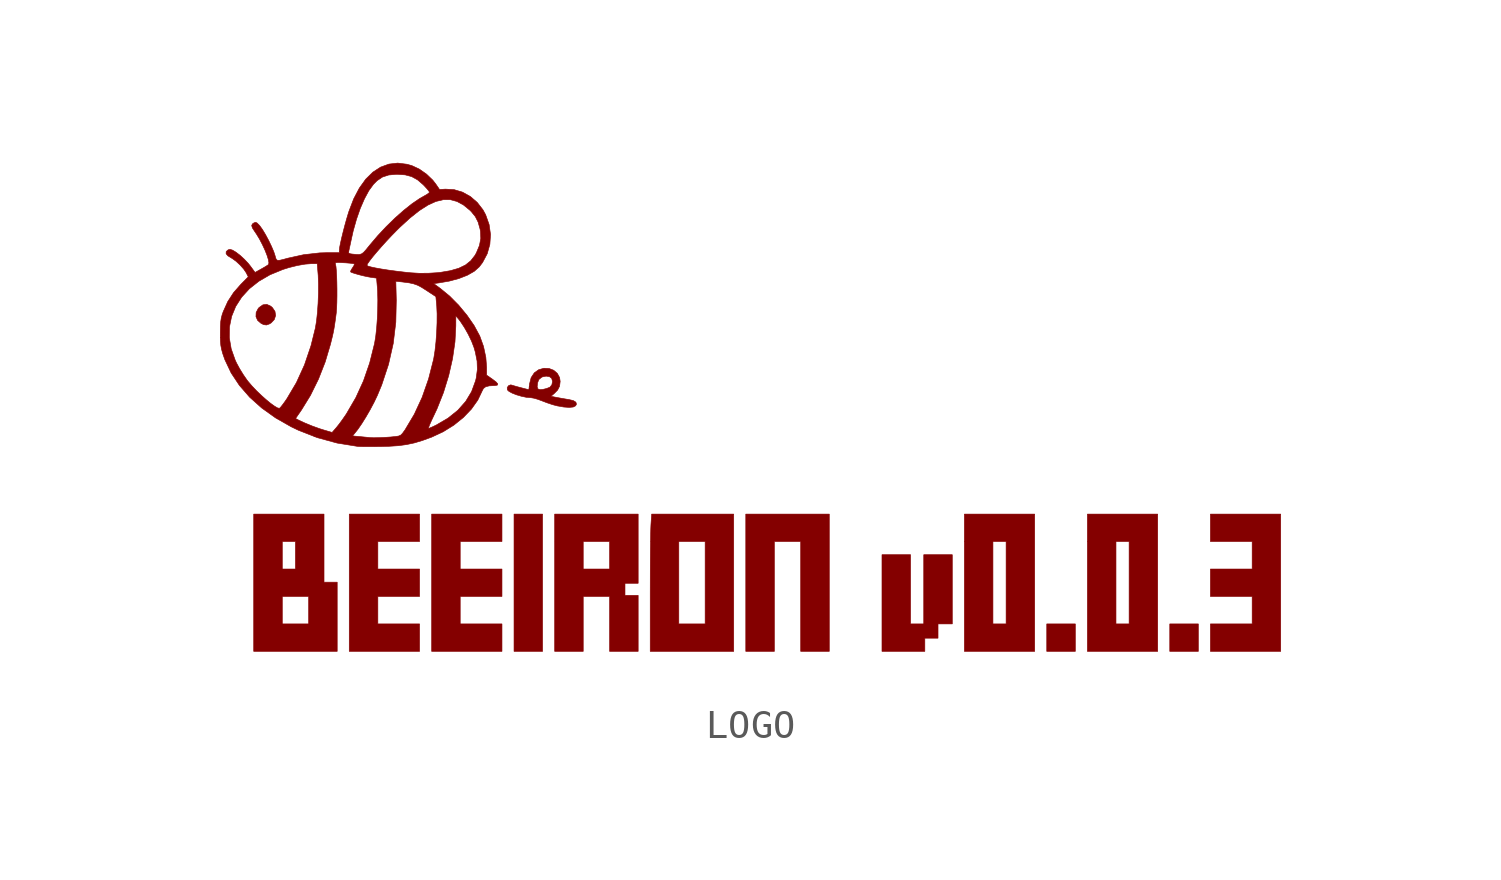
<source format=kicad_sym>
(kicad_symbol_lib
  (version 20210619)
  (generator bitmap2component)
  (symbol "LOGO"
    (pin_names
      (offset 1.016))
    (property "Reference" "#G"
      (at 0 24.38 0)
      (effects (font (size 1.27 1.27)) hide))
    (symbol "LOGO_0_0"
      (polyline (pts (xy -12.238 -11.469) (xy -12.7 -11.469) (xy -12.7 -9.082) (xy -15.163 -9.082) (xy -15.163 -10.044) (xy -14.162 -10.044) (xy -13.701 -10.044) (xy -13.701 -11.007) (xy -14.162 -11.007) (xy -14.162 -10.044) (xy -15.163 -10.044) (xy -15.163 -11.969) (xy -14.162 -11.969) (xy -13.239 -11.969) (xy -13.239 -12.931) (xy -14.162 -12.931) (xy -14.162 -11.969) (xy -15.163 -11.969) (xy -15.163 -13.893) (xy -12.238 -13.893) (xy -12.238 -11.469)) (stroke (width 0.01)) (fill (type outline)))
      (polyline (pts (xy -9.352 -12.931) (xy -10.814 -12.931) (xy -10.814 -11.969) (xy -9.352 -11.969) (xy -9.352 -11.007) (xy -10.814 -11.007) (xy -10.814 -10.044) (xy -9.352 -10.044) (xy -9.352 -9.082) (xy -11.815 -9.082) (xy -11.815 -13.893) (xy -9.352 -13.893) (xy -9.352 -12.931)) (stroke (width 0.01)) (fill (type outline)))
      (polyline (pts (xy -6.465 -12.931) (xy -7.928 -12.931) (xy -7.928 -11.969) (xy -6.465 -11.969) (xy -6.465 -11.007) (xy -7.928 -11.007) (xy -7.928 -10.044) (xy -6.465 -10.044) (xy -6.465 -9.082) (xy -8.928 -9.082) (xy -8.928 -13.893) (xy -6.465 -13.893) (xy -6.465 -12.931)) (stroke (width 0.01)) (fill (type outline)))
      (polyline (pts (xy -5.042 -9.082) (xy -6.042 -9.082) (xy -6.042 -13.893) (xy -5.042 -13.893) (xy -5.042 -9.082)) (stroke (width 0.01)) (fill (type outline)))
      (polyline (pts (xy -3.618 -11.969) (xy -2.694 -11.969) (xy -2.694 -13.893) (xy -1.693 -13.893) (xy -1.693 -11.93) (xy -2.155 -11.93) (xy -2.155 -11.507) (xy -1.693 -11.507) (xy -1.693 -9.082) (xy -4.618 -9.082) (xy -4.618 -10.044) (xy -3.618 -10.044) (xy -2.694 -10.044) (xy -2.694 -11.007) (xy -3.618 -11.007) (xy -3.618 -10.044) (xy -4.618 -10.044) (xy -4.618 -13.893) (xy -3.618 -13.893) (xy -3.618 -11.969)) (stroke (width 0.01)) (fill (type outline)))
      (polyline (pts (xy 1.655 -9.082) (xy -1.22 -9.082) (xy -1.245 -9.458) (xy -1.246 -9.48) (xy -1.251 -9.611) (xy -1.255 -9.807) (xy -1.259 -10.044) (xy -0.269 -10.044) (xy 0.654 -10.044) (xy 0.654 -12.931) (xy -0.269 -12.931) (xy -0.269 -10.044) (xy -1.259 -10.044) (xy -1.259 -10.06) (xy -1.263 -10.361) (xy -1.266 -10.701) (xy -1.268 -11.07) (xy -1.269 -11.461) (xy -1.27 -11.863) (xy -1.27 -13.893) (xy 1.655 -13.893) (xy 1.655 -9.082)) (stroke (width 0.01)) (fill (type outline)))
      (polyline (pts (xy 3.079 -10.044) (xy 4.002 -10.044) (xy 4.002 -13.893) (xy 5.003 -13.893) (xy 5.003 -9.082) (xy 2.078 -9.082) (xy 2.078 -13.893) (xy 3.079 -13.893) (xy 3.079 -10.044)) (stroke (width 0.01)) (fill (type outline)))
      (polyline (pts (xy 8.351 -13.431) (xy 8.813 -13.431) (xy 8.813 -12.931) (xy 9.313 -12.931) (xy 9.313 -10.506) (xy 8.313 -10.506) (xy 8.313 -12.931) (xy 7.851 -12.931) (xy 7.851 -10.506) (xy 6.85 -10.506) (xy 6.85 -13.893) (xy 8.351 -13.893) (xy 8.351 -13.431)) (stroke (width 0.01)) (fill (type outline)))
      (polyline (pts (xy 12.2 -9.082) (xy 9.737 -9.082) (xy 9.737 -10.044) (xy 10.737 -10.044) (xy 11.199 -10.044) (xy 11.199 -12.931) (xy 10.737 -12.931) (xy 10.737 -10.044) (xy 9.737 -10.044) (xy 9.737 -13.893) (xy 12.2 -13.893) (xy 12.2 -9.082)) (stroke (width 0.01)) (fill (type outline)))
      (polyline (pts (xy 13.624 -12.931) (xy 12.623 -12.931) (xy 12.623 -13.893) (xy 13.624 -13.893) (xy 13.624 -12.931)) (stroke (width 0.01)) (fill (type outline)))
      (polyline (pts (xy 16.51 -9.082) (xy 14.047 -9.082) (xy 14.047 -10.044) (xy 15.048 -10.044) (xy 15.509 -10.044) (xy 15.509 -12.931) (xy 15.048 -12.931) (xy 15.048 -10.044) (xy 14.047 -10.044) (xy 14.047 -13.893) (xy 16.51 -13.893) (xy 16.51 -9.082)) (stroke (width 0.01)) (fill (type outline)))
      (polyline (pts (xy 17.934 -12.931) (xy 16.933 -12.931) (xy 16.933 -13.893) (xy 17.934 -13.893) (xy 17.934 -12.931)) (stroke (width 0.01)) (fill (type outline)))
      (polyline (pts (xy 20.82 -9.082) (xy 18.357 -9.082) (xy 18.357 -10.044) (xy 19.82 -10.044) (xy 19.82 -11.007) (xy 18.357 -11.007) (xy 18.357 -11.969) (xy 19.82 -11.969) (xy 19.82 -12.931) (xy 18.357 -12.931) (xy 18.357 -13.893) (xy 20.82 -13.893) (xy 20.82 -9.082)) (stroke (width 0.01)) (fill (type outline)))
      (polyline (pts (xy -10.915 -6.718) (xy -10.68 -6.715) (xy -10.417 -6.707) (xy -10.093 -6.686) (xy -9.807 -6.647) (xy -9.535 -6.589) (xy -9.255 -6.505) (xy -8.944 -6.392) (xy -8.932 -6.388) (xy -8.526 -6.199) (xy -8.152 -5.967) (xy -7.819 -5.699) (xy -7.536 -5.404) (xy -7.312 -5.089) (xy -7.157 -4.763) (xy -7.114 -4.682) (xy -7.036 -4.622) (xy -6.912 -4.59) (xy -6.728 -4.58) (xy -6.71 -4.58) (xy -6.627 -4.564) (xy -6.612 -4.524) (xy -6.667 -4.457) (xy -6.792 -4.361) (xy -7.003 -4.214) (xy -7.004 -3.933) (xy -7.03 -3.592) (xy -7.111 -3.21) (xy -7.24 -2.852) (xy -7.249 -2.832) (xy -7.442 -2.475) (xy -7.692 -2.114) (xy -7.982 -1.764) (xy -8.297 -1.446) (xy -8.623 -1.178) (xy -8.859 -1.006) (xy -8.672 -0.982) (xy -8.316 -0.921) (xy -7.972 -0.829) (xy -7.676 -0.713) (xy -7.437 -0.577) (xy -7.264 -0.424) (xy -7.145 -0.268) (xy -6.982 0.039) (xy -6.889 0.369) (xy -6.866 0.713) (xy -6.915 1.061) (xy -7.037 1.405) (xy -7.131 1.578) (xy -7.331 1.836) (xy -7.573 2.045) (xy -7.847 2.197) (xy -8.141 2.285) (xy -8.446 2.303) (xy -8.652 2.29) (xy -8.784 2.482) (xy -8.89 2.618) (xy -9.11 2.829) (xy -9.361 3.005) (xy -9.618 3.125) (xy -9.793 3.175) (xy -10.117 3.215) (xy -10.426 3.18) (xy -10.717 3.074) (xy -10.989 2.897) (xy -11.238 2.652) (xy -11.462 2.339) (xy -11.66 1.962) (xy -11.829 1.52) (xy -11.847 1.463) (xy -11.907 1.263) (xy -11.968 1.043) (xy -12.027 0.818) (xy -12.08 0.603) (xy -12.122 0.416) (xy -12.151 0.27) (xy -12.161 0.183) (xy -12.161 0.108) (xy -11.838 0.108) (xy -11.828 0.148) (xy -11.805 0.254) (xy -11.773 0.403) (xy -11.736 0.576) (xy -11.677 0.84) (xy -11.562 1.248) (xy -11.43 1.627) (xy -11.283 1.965) (xy -11.129 2.25) (xy -10.97 2.469) (xy -10.843 2.598) (xy -10.653 2.726) (xy -10.434 2.798) (xy -10.167 2.822) (xy -10.133 2.822) (xy -9.857 2.803) (xy -9.628 2.742) (xy -9.425 2.63) (xy -9.227 2.46) (xy -9.196 2.429) (xy -9.099 2.324) (xy -9.031 2.242) (xy -9.005 2.197) (xy -9.02 2.174) (xy -9.087 2.122) (xy -9.19 2.063) (xy -9.349 1.973) (xy -9.618 1.789) (xy -9.91 1.557) (xy -10.216 1.286) (xy -10.524 0.985) (xy -10.823 0.665) (xy -11.103 0.335) (xy -11.122 0.311) (xy -11.235 0.172) (xy -11.318 0.082) (xy -11.389 0.032) (xy -11.466 0.012) (xy -11.568 0.014) (xy -11.711 0.028) (xy -11.779 0.038) (xy -11.834 0.063) (xy -11.838 0.108) (xy -12.161 0.108) (xy -12.161 0.077) (xy -12.575 0.077) (xy -12.851 0.069) (xy -13.415 0.005) (xy -13.97 -0.117) (xy -14.129 -0.161) (xy -14.25 -0.189) (xy -14.324 -0.193) (xy -14.366 -0.169) (xy -14.392 -0.114) (xy -14.416 -0.025) (xy -14.461 0.112) (xy -14.542 0.301) (xy -14.642 0.509) (xy -14.751 0.712) (xy -14.857 0.888) (xy -14.948 1.015) (xy -14.984 1.056) (xy -15.051 1.121) (xy -15.102 1.139) (xy -15.157 1.119) (xy -15.21 1.082) (xy -15.234 1.024) (xy -15.207 0.941) (xy -15.127 0.818) (xy -15.066 0.728) (xy -14.958 0.55) (xy -14.858 0.358) (xy -14.769 0.166) (xy -14.698 -0.013) (xy -14.65 -0.166) (xy -14.631 -0.28) (xy -14.646 -0.341) (xy -14.688 -0.37) (xy -14.78 -0.427) (xy -14.899 -0.495) (xy -15.116 -0.616) (xy -15.278 -0.395) (xy -15.357 -0.296) (xy -15.492 -0.153) (xy -15.637 -0.02) (xy -15.78 0.09) (xy -15.903 0.165) (xy -15.992 0.192) (xy -16.057 0.177) (xy -16.123 0.12) (xy -16.128 0.11) (xy -16.13 0.038) (xy -16.068 -0.034) (xy -15.937 -0.115) (xy -15.911 -0.13) (xy -15.779 -0.227) (xy -15.638 -0.358) (xy -15.513 -0.499) (xy -15.428 -0.624) (xy -15.354 -0.77) (xy -15.614 -1.033) (xy -15.867 -1.321) (xy -16.071 -1.635) (xy -16.232 -1.992) (xy -16.267 -2.09) (xy -16.299 -2.21) (xy -16.319 -2.338) (xy -16.329 -2.499) (xy -16.333 -2.713) (xy -16.334 -2.827) (xy -16.332 -2.904) (xy -16.018 -2.904) (xy -16.012 -2.522) (xy -15.937 -2.155) (xy -15.794 -1.807) (xy -15.586 -1.483) (xy -15.315 -1.187) (xy -14.982 -0.924) (xy -14.591 -0.697) (xy -14.143 -0.513) (xy -13.923 -0.444) (xy -13.631 -0.372) (xy -13.361 -0.325) (xy -13.136 -0.308) (xy -12.938 -0.308) (xy -12.911 -0.635) (xy -12.904 -0.722) (xy -12.894 -1.021) (xy -12.895 -1.352) (xy -12.908 -1.694) (xy -12.931 -2.024) (xy -12.963 -2.322) (xy -13.003 -2.565) (xy -13.156 -3.182) (xy -13.385 -3.857) (xy -13.667 -4.476) (xy -14.001 -5.04) (xy -14.066 -5.135) (xy -14.155 -5.256) (xy -14.224 -5.342) (xy -14.261 -5.377) (xy -14.326 -5.364) (xy -14.433 -5.302) (xy -14.572 -5.202) (xy -14.73 -5.072) (xy -14.899 -4.921) (xy -15.068 -4.759) (xy -15.225 -4.593) (xy -15.361 -4.434) (xy -15.402 -4.381) (xy -15.529 -4.197) (xy -15.656 -3.991) (xy -15.761 -3.797) (xy -15.81 -3.694) (xy -15.951 -3.296) (xy -16.018 -2.904) (xy -16.332 -2.904) (xy -16.329 -3.022) (xy -16.315 -3.177) (xy -16.288 -3.316) (xy -16.247 -3.464) (xy -16.173 -3.674) (xy -15.954 -4.137) (xy -15.664 -4.574) (xy -15.307 -4.985) (xy -14.884 -5.364) (xy -14.399 -5.711) (xy -14.358 -5.734) (xy -13.697 -5.734) (xy -13.49 -5.435) (xy -13.175 -4.923) (xy -12.895 -4.356) (xy -12.659 -3.754) (xy -12.475 -3.136) (xy -12.452 -3.044) (xy -12.409 -2.87) (xy -12.377 -2.728) (xy -12.352 -2.599) (xy -12.329 -2.458) (xy -12.304 -2.286) (xy -12.274 -2.059) (xy -12.27 -2.027) (xy -12.258 -1.868) (xy -12.25 -1.667) (xy -12.246 -1.439) (xy -12.246 -1.198) (xy -12.25 -0.961) (xy -12.257 -0.74) (xy -12.268 -0.552) (xy -12.281 -0.411) (xy -12.297 -0.332) (xy -12.307 -0.302) (xy -12.297 -0.28) (xy -12.25 -0.269) (xy -12.154 -0.269) (xy -11.995 -0.277) (xy -11.932 -0.28) (xy -11.79 -0.292) (xy -11.685 -0.305) (xy -11.639 -0.317) (xy -11.636 -0.324) (xy -11.649 -0.367) (xy -11.198 -0.367) (xy -11.174 -0.312) (xy -11.103 -0.21) (xy -10.995 -0.071) (xy -10.856 0.095) (xy -10.696 0.279) (xy -10.521 0.473) (xy -10.341 0.665) (xy -10.162 0.848) (xy -10.044 0.965) (xy -9.688 1.291) (xy -9.362 1.55) (xy -9.061 1.743) (xy -8.783 1.87) (xy -8.522 1.933) (xy -8.277 1.933) (xy -8.041 1.871) (xy -7.813 1.747) (xy -7.588 1.563) (xy -7.543 1.518) (xy -7.399 1.342) (xy -7.3 1.146) (xy -7.232 0.902) (xy -7.218 0.825) (xy -7.207 0.575) (xy -7.253 0.331) (xy -7.362 0.069) (xy -7.413 -0.021) (xy -7.558 -0.207) (xy -7.743 -0.355) (xy -7.978 -0.469) (xy -8.271 -0.554) (xy -8.63 -0.615) (xy -8.727 -0.625) (xy -9.04 -0.644) (xy -9.365 -0.646) (xy -9.66 -0.628) (xy -9.849 -0.609) (xy -10.152 -0.573) (xy -10.434 -0.535) (xy -10.685 -0.496) (xy -10.896 -0.458) (xy -11.058 -0.423) (xy -11.162 -0.392) (xy -11.198 -0.367) (xy -11.649 -0.367) (xy -11.652 -0.377) (xy -11.703 -0.458) (xy -11.719 -0.481) (xy -11.762 -0.556) (xy -11.769 -0.597) (xy -11.724 -0.62) (xy -11.621 -0.654) (xy -11.482 -0.694) (xy -11.328 -0.733) (xy -11.178 -0.766) (xy -11.054 -0.788) (xy -10.859 -0.815) (xy -10.831 -1.148) (xy -10.822 -1.284) (xy -10.815 -1.58) (xy -10.819 -1.907) (xy -10.833 -2.244) (xy -10.857 -2.57) (xy -10.889 -2.861) (xy -10.928 -3.098) (xy -10.93 -3.108) (xy -11.101 -3.79) (xy -11.318 -4.418) (xy -11.586 -5.004) (xy -11.91 -5.561) (xy -11.943 -5.612) (xy -12.057 -5.776) (xy -12.17 -5.93) (xy -12.263 -6.046) (xy -12.416 -6.222) (xy -12.702 -6.138) (xy -12.858 -6.089) (xy -13.119 -5.995) (xy -13.376 -5.889) (xy -13.593 -5.788) (xy -13.697 -5.734) (xy -14.358 -5.734) (xy -13.855 -6.021) (xy -13.598 -6.145) (xy -13.09 -6.344) (xy -11.7 -6.344) (xy -11.569 -6.183) (xy -11.514 -6.113) (xy -11.379 -5.917) (xy -11.231 -5.68) (xy -11.082 -5.422) (xy -10.945 -5.164) (xy -10.832 -4.927) (xy -10.678 -4.556) (xy -10.439 -3.834) (xy -10.274 -3.103) (xy -10.184 -2.357) (xy -10.167 -1.59) (xy -10.184 -0.925) (xy -9.97 -0.948) (xy -9.93 -0.953) (xy -9.721 -0.98) (xy -9.561 -1.015) (xy -9.422 -1.064) (xy -9.281 -1.138) (xy -9.113 -1.245) (xy -8.781 -1.463) (xy -8.753 -1.761) (xy -8.75 -1.8) (xy -8.738 -2.067) (xy -8.74 -2.382) (xy -8.754 -2.719) (xy -8.778 -3.053) (xy -8.812 -3.361) (xy -8.853 -3.618) (xy -8.863 -3.668) (xy -9.037 -4.349) (xy -9.262 -4.992) (xy -9.537 -5.586) (xy -9.83 -6.079) (xy -9.04 -6.079) (xy -9.03 -6.033) (xy -8.992 -5.935) (xy -8.93 -5.795) (xy -8.851 -5.628) (xy -8.74 -5.392) (xy -8.515 -4.825) (xy -8.332 -4.232) (xy -8.196 -3.634) (xy -8.111 -3.047) (xy -8.082 -2.491) (xy -8.081 -2.136) (xy -7.984 -2.251) (xy -7.921 -2.333) (xy -7.784 -2.54) (xy -7.648 -2.78) (xy -7.531 -3.022) (xy -7.447 -3.24) (xy -7.399 -3.406) (xy -7.337 -3.722) (xy -7.327 -4.016) (xy -7.366 -4.31) (xy -7.391 -4.415) (xy -7.529 -4.791) (xy -7.736 -5.135) (xy -8.011 -5.445) (xy -8.354 -5.721) (xy -8.764 -5.961) (xy -8.767 -5.962) (xy -8.891 -6.022) (xy -8.989 -6.064) (xy -9.038 -6.081) (xy -9.04 -6.079) (xy -9.83 -6.079) (xy -9.857 -6.125) (xy -9.873 -6.147) (xy -9.951 -6.255) (xy -10.014 -6.317) (xy -10.086 -6.348) (xy -10.188 -6.364) (xy -10.368 -6.382) (xy -10.579 -6.396) (xy -10.784 -6.405) (xy -10.96 -6.408) (xy -11.084 -6.403) (xy -11.16 -6.395) (xy -11.305 -6.381) (xy -11.459 -6.366) (xy -11.7 -6.344) (xy -13.09 -6.344) (xy -12.933 -6.405) (xy -12.242 -6.594) (xy -11.526 -6.71) (xy -11.46 -6.714) (xy -11.321 -6.718) (xy -11.134 -6.719) (xy -10.915 -6.718)) (stroke (width 0.01)) (fill (type outline)))
      (polyline (pts (xy -3.966 -5.331) (xy -3.884 -5.288) (xy -3.855 -5.232) (xy -3.875 -5.162) (xy -3.965 -5.106) (xy -4.122 -5.069) (xy -4.187 -5.059) (xy -4.369 -5.028) (xy -4.539 -4.997) (xy -4.749 -4.956) (xy -4.63 -4.854) (xy -4.515 -4.737) (xy -4.446 -4.601) (xy -4.426 -4.434) (xy -4.446 -4.299) (xy -4.526 -4.152) (xy -4.654 -4.043) (xy -4.815 -3.981) (xy -4.996 -3.973) (xy -5.181 -4.026) (xy -5.332 -4.134) (xy -5.443 -4.302) (xy -5.499 -4.522) (xy -5.51 -4.62) (xy -5.232 -4.62) (xy -5.217 -4.483) (xy -5.173 -4.368) (xy -5.074 -4.288) (xy -5.042 -4.274) (xy -4.917 -4.249) (xy -4.802 -4.267) (xy -4.725 -4.323) (xy -4.721 -4.329) (xy -4.694 -4.438) (xy -4.716 -4.551) (xy -4.782 -4.633) (xy -4.8 -4.643) (xy -4.907 -4.684) (xy -5.032 -4.714) (xy -5.135 -4.722) (xy -5.207 -4.696) (xy -5.232 -4.62) (xy -5.51 -4.62) (xy -5.523 -4.725) (xy -5.792 -4.656) (xy -5.798 -4.654) (xy -5.94 -4.617) (xy -6.057 -4.583) (xy -6.124 -4.562) (xy -6.162 -4.555) (xy -6.236 -4.585) (xy -6.281 -4.652) (xy -6.274 -4.731) (xy -6.223 -4.781) (xy -6.11 -4.843) (xy -5.958 -4.903) (xy -5.786 -4.954) (xy -5.616 -4.99) (xy -5.467 -5.003) (xy -5.457 -5.003) (xy -5.347 -5.022) (xy -5.201 -5.064) (xy -5.046 -5.122) (xy -4.873 -5.188) (xy -4.686 -5.25) (xy -4.527 -5.292) (xy -4.304 -5.331) (xy -4.109 -5.345) (xy -3.966 -5.331)) (stroke (width 0.01)) (fill (type outline)))
      (polyline (pts (xy -14.612 -2.42) (xy -14.55 -2.382) (xy -14.441 -2.265) (xy -14.396 -2.126) (xy -14.418 -1.981) (xy -14.51 -1.846) (xy -14.569 -1.796) (xy -14.705 -1.735) (xy -14.841 -1.751) (xy -14.974 -1.844) (xy -15.005 -1.879) (xy -15.078 -2.02) (xy -15.084 -2.166) (xy -15.024 -2.299) (xy -14.902 -2.403) (xy -14.809 -2.446) (xy -14.714 -2.457) (xy -14.612 -2.42)) (stroke (width 0.01)) (fill (type outline))))))
</source>
